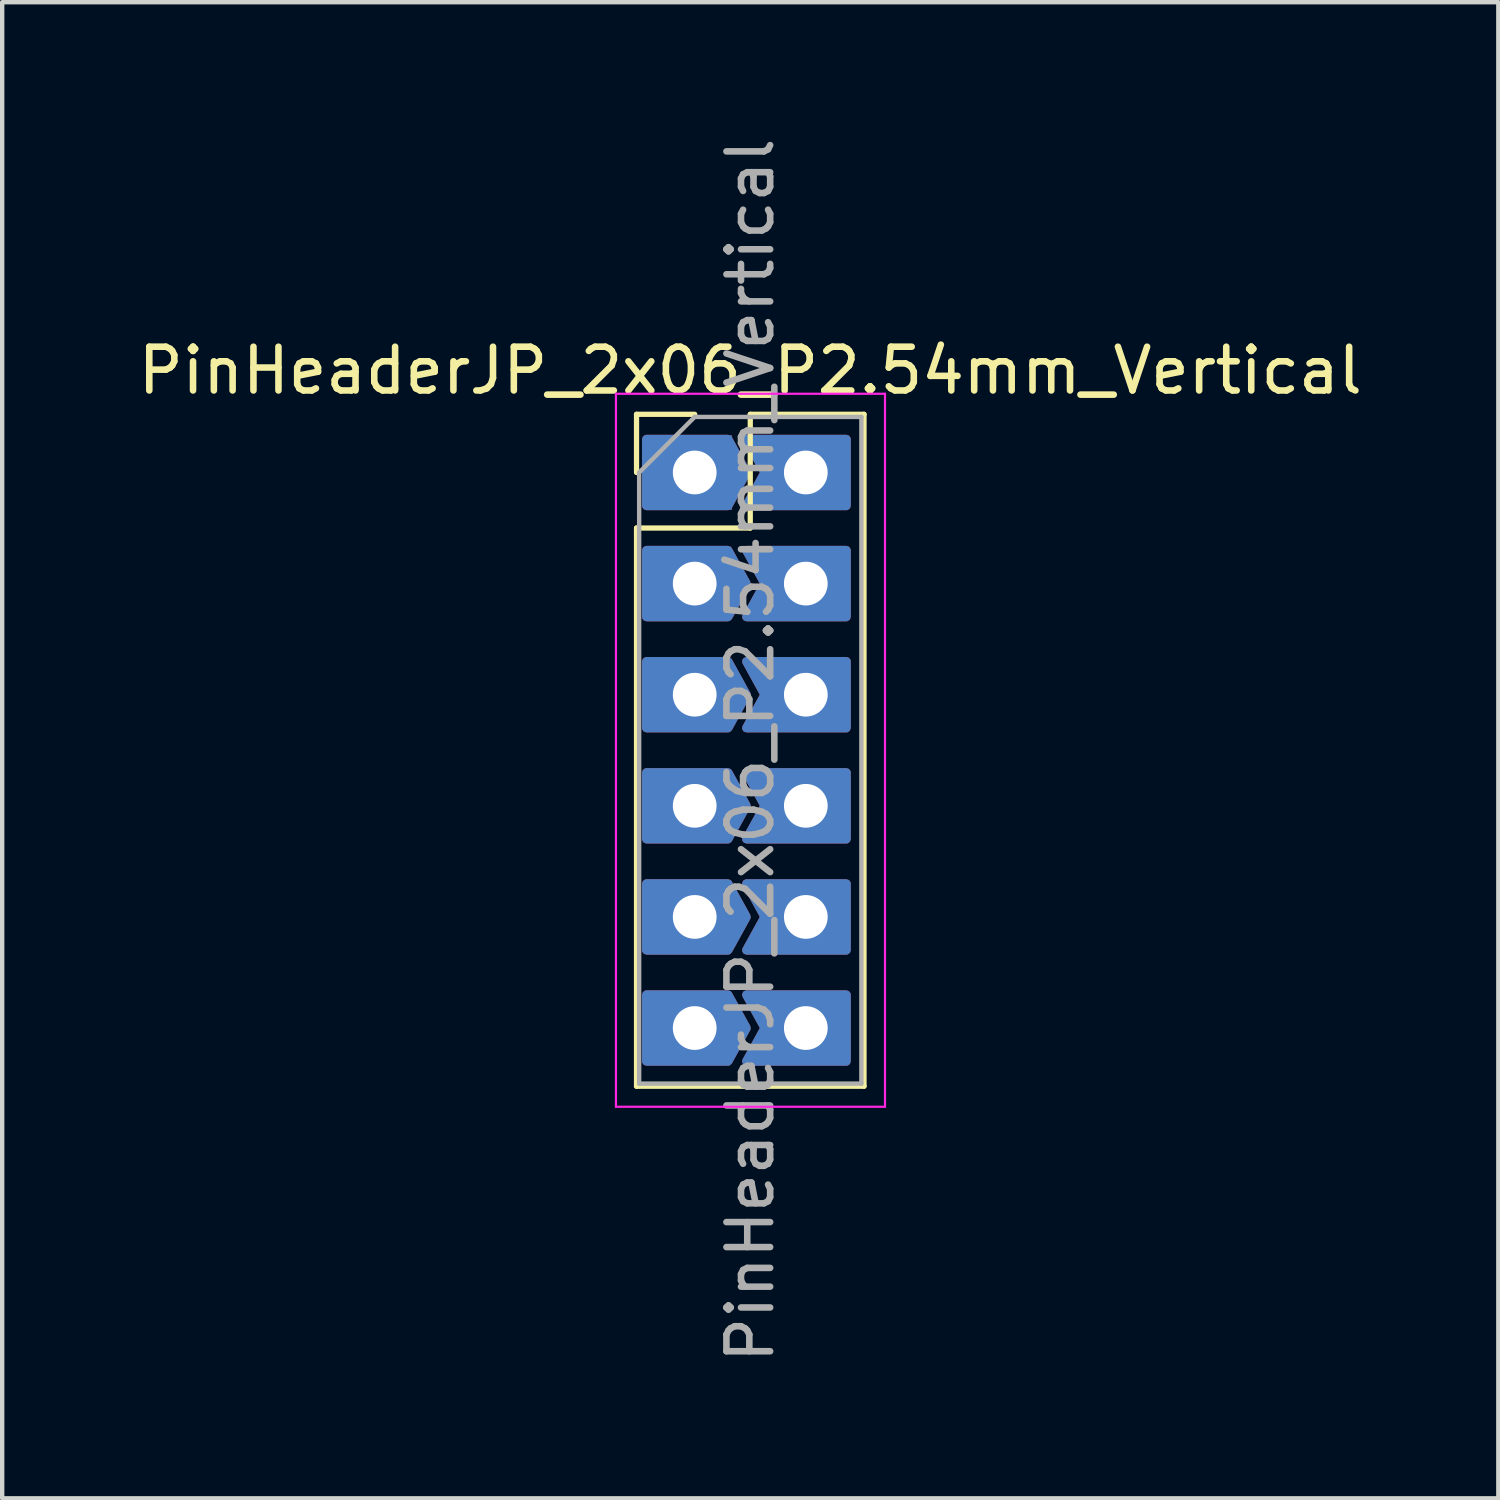
<source format=kicad_pcb>
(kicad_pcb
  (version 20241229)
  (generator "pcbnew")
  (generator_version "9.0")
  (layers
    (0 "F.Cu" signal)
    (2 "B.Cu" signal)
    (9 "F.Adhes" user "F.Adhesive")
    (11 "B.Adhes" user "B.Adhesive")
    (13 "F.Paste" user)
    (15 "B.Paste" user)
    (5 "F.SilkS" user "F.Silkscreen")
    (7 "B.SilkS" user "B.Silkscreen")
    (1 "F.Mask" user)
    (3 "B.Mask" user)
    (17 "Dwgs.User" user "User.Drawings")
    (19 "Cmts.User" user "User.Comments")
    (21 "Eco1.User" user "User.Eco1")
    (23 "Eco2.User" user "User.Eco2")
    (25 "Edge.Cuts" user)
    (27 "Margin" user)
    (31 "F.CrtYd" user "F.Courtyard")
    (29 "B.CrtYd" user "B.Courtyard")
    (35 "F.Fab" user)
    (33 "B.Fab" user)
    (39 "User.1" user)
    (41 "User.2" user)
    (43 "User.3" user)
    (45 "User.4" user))
  (footprint "PinHeaderJP_2x06_P2.54mm_Vertical"
    (layer "F.Cu")
    (at 12.831 7.751)
    (property "Reference" "PinHeaderJP_2x06_P2.54mm_Vertical" (at 1.27 -2.33 0) (layer "F.SilkS") (effects (font (size 1 1) (thickness 0.15))))
    (attr through_hole)
    (fp_line (start -1.33 -1.33) (end 0 -1.33) (stroke (width 0.12) (type solid)) (layer "F.SilkS"))
    (fp_line (start -1.33 0) (end -1.33 -1.33) (stroke (width 0.12) (type solid)) (layer "F.SilkS"))
    (fp_line (start -1.33 1.27) (end -1.33 14.03) (stroke (width 0.12) (type solid)) (layer "F.SilkS"))
    (fp_line (start -1.33 1.27) (end 1.27 1.27) (stroke (width 0.12) (type solid)) (layer "F.SilkS"))
    (fp_line (start -1.33 14.03) (end 3.87 14.03) (stroke (width 0.12) (type solid)) (layer "F.SilkS"))
    (fp_line (start 1.27 -1.33) (end 3.87 -1.33) (stroke (width 0.12) (type solid)) (layer "F.SilkS"))
    (fp_line (start 1.27 1.27) (end 1.27 -1.33) (stroke (width 0.12) (type solid)) (layer "F.SilkS"))
    (fp_line (start 3.87 -1.33) (end 3.87 14.03) (stroke (width 0.12) (type solid)) (layer "F.SilkS"))
    (fp_line (start -1.8 -1.8) (end -1.8 14.5) (stroke (width 0.05) (type solid)) (layer "F.CrtYd"))
    (fp_line (start -1.8 14.5) (end 4.35 14.5) (stroke (width 0.05) (type solid)) (layer "F.CrtYd"))
    (fp_line (start 4.35 -1.8) (end -1.8 -1.8) (stroke (width 0.05) (type solid)) (layer "F.CrtYd"))
    (fp_line (start 4.35 14.5) (end 4.35 -1.8) (stroke (width 0.05) (type solid)) (layer "F.CrtYd"))
    (fp_line (start -1.27 0) (end 0 -1.27) (stroke (width 0.1) (type solid)) (layer "F.Fab"))
    (fp_line (start -1.27 13.97) (end -1.27 0) (stroke (width 0.1) (type solid)) (layer "F.Fab"))
    (fp_line (start 0 -1.27) (end 3.81 -1.27) (stroke (width 0.1) (type solid)) (layer "F.Fab"))
    (fp_line (start 3.81 -1.27) (end 3.81 13.97) (stroke (width 0.1) (type solid)) (layer "F.Fab"))
    (fp_line (start 3.81 13.97) (end -1.27 13.97) (stroke (width 0.1) (type solid)) (layer "F.Fab"))
    (fp_text user "${REFERENCE}" (at 1.27 6.35 90) (layer "F.Fab") (effects (font (size 1 1) (thickness 0.15))))
    (pad "1" thru_hole custom (at 0 0) (size 1.7 1.7) (drill 1) (layers "*.Cu" "*.Mask") (options (anchor rect)) (primitives (gr_poly (pts (xy -1.104 -0.762) (xy -1.104 0.762) (xy 0.762 0.762) (xy 1.182 0) (xy 0.762 -0.762)) (width 0.2) (fill yes))))
    (pad "2" thru_hole custom (at 2.54 0) (size 1.7 1.7) (drill 1) (layers "*.Cu" "*.Mask") (options (anchor circle)) (primitives (gr_poly (pts (xy 0.85 0) (xy 0.831 -0.177) (xy 0.777 -0.346) (xy 0.688 -0.5) (xy 0.569 -0.632) (xy 0.425 -0.736) (xy 0.263 -0.808) (xy 0.089 -0.845) (xy -0.089 -0.845) (xy -0.263 -0.808) (xy -0.425 -0.736) (xy -0.569 -0.632) (xy -0.688 -0.5) (xy -0.777 -0.346) (xy -0.831 -0.177) (xy -0.85 0) (xy -0.831 0.177) (xy -0.777 0.346) (xy -0.688 0.5) (xy -0.569 0.632) (xy -0.425 0.736) (xy -0.263 0.808) (xy -0.089 0.845) (xy 0.089 0.845) (xy 0.263 0.808) (xy 0.425 0.736) (xy 0.569 0.632) (xy 0.688 0.5) (xy 0.777 0.346) (xy 0.831 0.177) (xy 0.85 0)) (width 0) (fill yes)) (gr_poly (pts (xy -1.358 -0.762) (xy -0.938 0) (xy -1.358 0.762) (xy 0.928 0.762) (xy 0.928 -0.762)) (width 0.2) (fill yes))))
    (pad "3" thru_hole custom (at 0 2.54) (size 1.7 1.7) (drill 1) (layers "*.Cu" "*.Mask") (options (anchor circle)) (primitives (gr_poly (pts (xy 0.85 0) (xy 0.831 -0.177) (xy 0.777 -0.346) (xy 0.688 -0.5) (xy 0.569 -0.632) (xy 0.425 -0.736) (xy 0.263 -0.808) (xy 0.089 -0.845) (xy -0.089 -0.845) (xy -0.263 -0.808) (xy -0.425 -0.736) (xy -0.569 -0.632) (xy -0.688 -0.5) (xy -0.777 -0.346) (xy -0.831 -0.177) (xy -0.85 0) (xy -0.831 0.177) (xy -0.777 0.346) (xy -0.688 0.5) (xy -0.569 0.632) (xy -0.425 0.736) (xy -0.263 0.808) (xy -0.089 0.845) (xy 0.089 0.845) (xy 0.263 0.808) (xy 0.425 0.736) (xy 0.569 0.632) (xy 0.688 0.5) (xy 0.777 0.346) (xy 0.831 0.177) (xy 0.85 0)) (width 0) (fill yes)) (gr_poly (pts (xy -1.104 -0.762) (xy -1.104 0.762) (xy 0.762 0.762) (xy 1.182 0) (xy 0.762 -0.762)) (width 0.2) (fill yes))))
    (pad "4" thru_hole custom (at 2.54 2.54) (size 1.7 1.7) (drill 1) (layers "*.Cu" "*.Mask") (options (anchor circle)) (primitives (gr_poly (pts (xy 0.85 0) (xy 0.831 -0.177) (xy 0.777 -0.346) (xy 0.688 -0.5) (xy 0.569 -0.632) (xy 0.425 -0.736) (xy 0.263 -0.808) (xy 0.089 -0.845) (xy -0.089 -0.845) (xy -0.263 -0.808) (xy -0.425 -0.736) (xy -0.569 -0.632) (xy -0.688 -0.5) (xy -0.777 -0.346) (xy -0.831 -0.177) (xy -0.85 0) (xy -0.831 0.177) (xy -0.777 0.346) (xy -0.688 0.5) (xy -0.569 0.632) (xy -0.425 0.736) (xy -0.263 0.808) (xy -0.089 0.845) (xy 0.089 0.845) (xy 0.263 0.808) (xy 0.425 0.736) (xy 0.569 0.632) (xy 0.688 0.5) (xy 0.777 0.346) (xy 0.831 0.177) (xy 0.85 0)) (width 0) (fill yes)) (gr_poly (pts (xy -1.358 -0.762) (xy -0.938 0) (xy -1.358 0.762) (xy 0.928 0.762) (xy 0.928 -0.762)) (width 0.2) (fill yes))))
    (pad "5" thru_hole custom (at 0 5.08) (size 1.7 1.7) (drill 1) (layers "*.Cu" "*.Mask") (options (anchor circle)) (primitives (gr_poly (pts (xy 0.85 0) (xy 0.831 -0.177) (xy 0.777 -0.346) (xy 0.688 -0.5) (xy 0.569 -0.632) (xy 0.425 -0.736) (xy 0.263 -0.808) (xy 0.089 -0.845) (xy -0.089 -0.845) (xy -0.263 -0.808) (xy -0.425 -0.736) (xy -0.569 -0.632) (xy -0.688 -0.5) (xy -0.777 -0.346) (xy -0.831 -0.177) (xy -0.85 0) (xy -0.831 0.177) (xy -0.777 0.346) (xy -0.688 0.5) (xy -0.569 0.632) (xy -0.425 0.736) (xy -0.263 0.808) (xy -0.089 0.845) (xy 0.089 0.845) (xy 0.263 0.808) (xy 0.425 0.736) (xy 0.569 0.632) (xy 0.688 0.5) (xy 0.777 0.346) (xy 0.831 0.177) (xy 0.85 0)) (width 0) (fill yes)) (gr_poly (pts (xy -1.104 -0.762) (xy -1.104 0.762) (xy 0.762 0.762) (xy 1.182 0) (xy 0.762 -0.762)) (width 0.2) (fill yes))))
    (pad "6" thru_hole custom (at 2.54 5.08) (size 1.7 1.7) (drill 1) (layers "*.Cu" "*.Mask") (options (anchor circle)) (primitives (gr_poly (pts (xy 0.85 0) (xy 0.831 -0.177) (xy 0.777 -0.346) (xy 0.688 -0.5) (xy 0.569 -0.632) (xy 0.425 -0.736) (xy 0.263 -0.808) (xy 0.089 -0.845) (xy -0.089 -0.845) (xy -0.263 -0.808) (xy -0.425 -0.736) (xy -0.569 -0.632) (xy -0.688 -0.5) (xy -0.777 -0.346) (xy -0.831 -0.177) (xy -0.85 0) (xy -0.831 0.177) (xy -0.777 0.346) (xy -0.688 0.5) (xy -0.569 0.632) (xy -0.425 0.736) (xy -0.263 0.808) (xy -0.089 0.845) (xy 0.089 0.845) (xy 0.263 0.808) (xy 0.425 0.736) (xy 0.569 0.632) (xy 0.688 0.5) (xy 0.777 0.346) (xy 0.831 0.177) (xy 0.85 0)) (width 0) (fill yes)) (gr_poly (pts (xy -1.358 -0.762) (xy -0.938 0) (xy -1.358 0.762) (xy 0.928 0.762) (xy 0.928 -0.762)) (width 0.2) (fill yes))))
    (pad "7" thru_hole custom (at 0 7.62) (size 1.7 1.7) (drill 1) (layers "*.Cu" "*.Mask") (options (anchor circle)) (primitives (gr_poly (pts (xy 0.85 0) (xy 0.831 -0.177) (xy 0.777 -0.346) (xy 0.688 -0.5) (xy 0.569 -0.632) (xy 0.425 -0.736) (xy 0.263 -0.808) (xy 0.089 -0.845) (xy -0.089 -0.845) (xy -0.263 -0.808) (xy -0.425 -0.736) (xy -0.569 -0.632) (xy -0.688 -0.5) (xy -0.777 -0.346) (xy -0.831 -0.177) (xy -0.85 0) (xy -0.831 0.177) (xy -0.777 0.346) (xy -0.688 0.5) (xy -0.569 0.632) (xy -0.425 0.736) (xy -0.263 0.808) (xy -0.089 0.845) (xy 0.089 0.845) (xy 0.263 0.808) (xy 0.425 0.736) (xy 0.569 0.632) (xy 0.688 0.5) (xy 0.777 0.346) (xy 0.831 0.177) (xy 0.85 0)) (width 0) (fill yes)) (gr_poly (pts (xy -1.104 -0.762) (xy -1.104 0.762) (xy 0.762 0.762) (xy 1.182 0) (xy 0.762 -0.762)) (width 0.2) (fill yes))))
    (pad "8" thru_hole custom (at 2.54 7.62) (size 1.7 1.7) (drill 1) (layers "*.Cu" "*.Mask") (options (anchor circle)) (primitives (gr_poly (pts (xy 0.85 0) (xy 0.831 -0.177) (xy 0.777 -0.346) (xy 0.688 -0.5) (xy 0.569 -0.632) (xy 0.425 -0.736) (xy 0.263 -0.808) (xy 0.089 -0.845) (xy -0.089 -0.845) (xy -0.263 -0.808) (xy -0.425 -0.736) (xy -0.569 -0.632) (xy -0.688 -0.5) (xy -0.777 -0.346) (xy -0.831 -0.177) (xy -0.85 0) (xy -0.831 0.177) (xy -0.777 0.346) (xy -0.688 0.5) (xy -0.569 0.632) (xy -0.425 0.736) (xy -0.263 0.808) (xy -0.089 0.845) (xy 0.089 0.845) (xy 0.263 0.808) (xy 0.425 0.736) (xy 0.569 0.632) (xy 0.688 0.5) (xy 0.777 0.346) (xy 0.831 0.177) (xy 0.85 0)) (width 0) (fill yes)) (gr_poly (pts (xy -1.358 -0.762) (xy -0.938 0) (xy -1.358 0.762) (xy 0.928 0.762) (xy 0.928 -0.762)) (width 0.2) (fill yes))))
    (pad "9" thru_hole custom (at 0 10.16) (size 1.7 1.7) (drill 1) (layers "*.Cu" "*.Mask") (options (anchor circle)) (primitives (gr_poly (pts (xy 0.85 0) (xy 0.831 -0.177) (xy 0.777 -0.346) (xy 0.688 -0.5) (xy 0.569 -0.632) (xy 0.425 -0.736) (xy 0.263 -0.808) (xy 0.089 -0.845) (xy -0.089 -0.845) (xy -0.263 -0.808) (xy -0.425 -0.736) (xy -0.569 -0.632) (xy -0.688 -0.5) (xy -0.777 -0.346) (xy -0.831 -0.177) (xy -0.85 0) (xy -0.831 0.177) (xy -0.777 0.346) (xy -0.688 0.5) (xy -0.569 0.632) (xy -0.425 0.736) (xy -0.263 0.808) (xy -0.089 0.845) (xy 0.089 0.845) (xy 0.263 0.808) (xy 0.425 0.736) (xy 0.569 0.632) (xy 0.688 0.5) (xy 0.777 0.346) (xy 0.831 0.177) (xy 0.85 0)) (width 0) (fill yes)) (gr_poly (pts (xy -1.104 -0.762) (xy -1.104 0.762) (xy 0.762 0.762) (xy 1.182 0) (xy 0.762 -0.762)) (width 0.2) (fill yes))))
    (pad "10" thru_hole custom (at 2.54 10.16) (size 1.7 1.7) (drill 1) (layers "*.Cu" "*.Mask") (options (anchor circle)) (primitives (gr_poly (pts (xy 0.85 0) (xy 0.831 -0.177) (xy 0.777 -0.346) (xy 0.688 -0.5) (xy 0.569 -0.632) (xy 0.425 -0.736) (xy 0.263 -0.808) (xy 0.089 -0.845) (xy -0.089 -0.845) (xy -0.263 -0.808) (xy -0.425 -0.736) (xy -0.569 -0.632) (xy -0.688 -0.5) (xy -0.777 -0.346) (xy -0.831 -0.177) (xy -0.85 0) (xy -0.831 0.177) (xy -0.777 0.346) (xy -0.688 0.5) (xy -0.569 0.632) (xy -0.425 0.736) (xy -0.263 0.808) (xy -0.089 0.845) (xy 0.089 0.845) (xy 0.263 0.808) (xy 0.425 0.736) (xy 0.569 0.632) (xy 0.688 0.5) (xy 0.777 0.346) (xy 0.831 0.177) (xy 0.85 0)) (width 0) (fill yes)) (gr_poly (pts (xy -1.358 -0.762) (xy -0.938 0) (xy -1.358 0.762) (xy 0.928 0.762) (xy 0.928 -0.762)) (width 0.2) (fill yes))))
    (pad "11" thru_hole custom (at 0 12.7) (size 1.7 1.7) (drill 1) (layers "*.Cu" "*.Mask") (options (anchor circle)) (primitives (gr_poly (pts (xy 0.85 0) (xy 0.831 -0.177) (xy 0.777 -0.346) (xy 0.688 -0.5) (xy 0.569 -0.632) (xy 0.425 -0.736) (xy 0.263 -0.808) (xy 0.089 -0.845) (xy -0.089 -0.845) (xy -0.263 -0.808) (xy -0.425 -0.736) (xy -0.569 -0.632) (xy -0.688 -0.5) (xy -0.777 -0.346) (xy -0.831 -0.177) (xy -0.85 0) (xy -0.831 0.177) (xy -0.777 0.346) (xy -0.688 0.5) (xy -0.569 0.632) (xy -0.425 0.736) (xy -0.263 0.808) (xy -0.089 0.845) (xy 0.089 0.845) (xy 0.263 0.808) (xy 0.425 0.736) (xy 0.569 0.632) (xy 0.688 0.5) (xy 0.777 0.346) (xy 0.831 0.177) (xy 0.85 0)) (width 0) (fill yes)) (gr_poly (pts (xy -1.104 -0.762) (xy -1.104 0.762) (xy 0.762 0.762) (xy 1.182 0) (xy 0.762 -0.762)) (width 0.2) (fill yes))))
    (pad "12" thru_hole custom (at 2.54 12.7) (size 1.7 1.7) (drill 1) (layers "*.Cu" "*.Mask") (options (anchor circle)) (primitives (gr_poly (pts (xy 0.85 0) (xy 0.831 -0.177) (xy 0.777 -0.346) (xy 0.688 -0.5) (xy 0.569 -0.632) (xy 0.425 -0.736) (xy 0.263 -0.808) (xy 0.089 -0.845) (xy -0.089 -0.845) (xy -0.263 -0.808) (xy -0.425 -0.736) (xy -0.569 -0.632) (xy -0.688 -0.5) (xy -0.777 -0.346) (xy -0.831 -0.177) (xy -0.85 0) (xy -0.831 0.177) (xy -0.777 0.346) (xy -0.688 0.5) (xy -0.569 0.632) (xy -0.425 0.736) (xy -0.263 0.808) (xy -0.089 0.845) (xy 0.089 0.845) (xy 0.263 0.808) (xy 0.425 0.736) (xy 0.569 0.632) (xy 0.688 0.5) (xy 0.777 0.346) (xy 0.831 0.177) (xy 0.85 0)) (width 0) (fill yes)) (gr_poly (pts (xy -1.358 -0.762) (xy -0.938 0) (xy -1.358 0.762) (xy 0.928 0.762) (xy 0.928 -0.762)) (width 0.2) (fill yes)))))
  (gr_rect
    (start -3 -3)
    (end 31.202 31.202)
    (stroke (width 0.1) (type default))
    (fill no)
    (layer "Edge.Cuts")))
</source>
